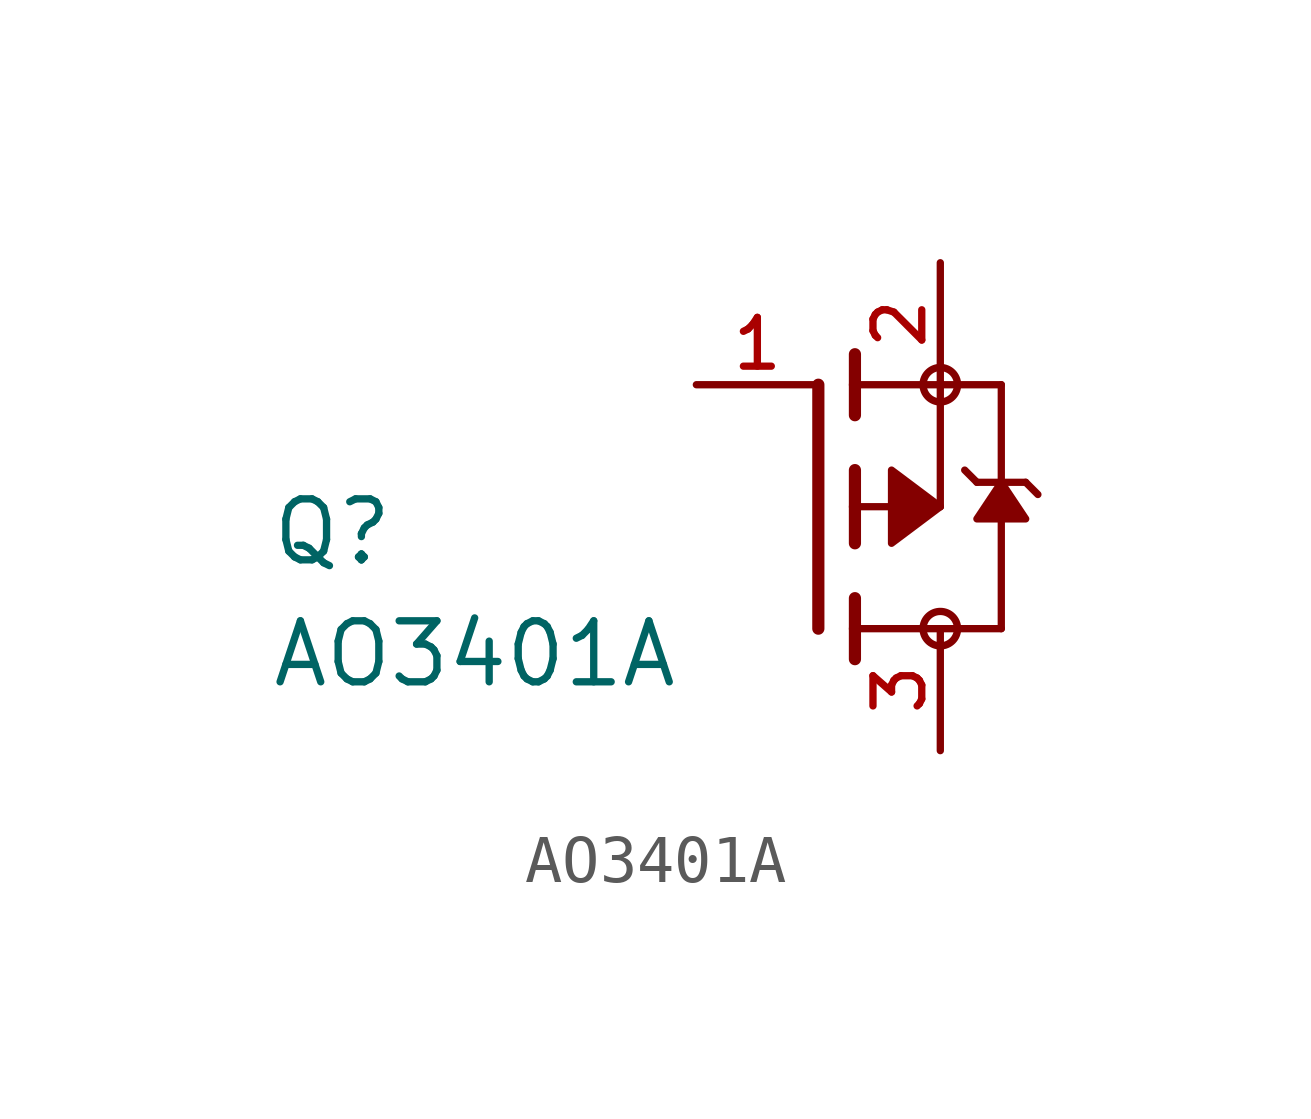
<source format=kicad_sym>
(kicad_symbol_lib
  (version 20211014)
  (generator kicad_symbol_editor)
  (symbol "AO3401A"
    (pin_names
      (offset 1.016))
    (property "Reference" "Q"
      (at -13.97 -1.27 0)
      (effects (font (size 1.27 1.27)) (justify bottom left)))
    (property "Value" "AO3401A"
      (at -13.97 -3.81 0)
      (effects (font (size 1.27 1.27)) (justify bottom left)))
    (symbol "AO3401A_0_0"
      (polyline (pts (xy -1.778 -0.762) (xy -1.778 0.0)) (stroke (width 0.254)))
      (polyline (pts (xy -1.778 0.0) (xy -1.778 0.762)) (stroke (width 0.254)))
      (polyline (pts (xy -1.778 -3.175) (xy -1.778 -2.54)) (stroke (width 0.254)))
      (polyline (pts (xy -1.778 -2.54) (xy -1.778 -1.905)) (stroke (width 0.254)))
      (polyline (pts (xy -1.778 0.0) (xy 0.0 0.0)) (stroke (width 0.152)))
      (polyline (pts (xy 0.0 0.0) (xy 0.0 2.54)) (stroke (width 0.152)))
      (polyline (pts (xy -1.778 1.905) (xy -1.778 2.54)) (stroke (width 0.254)))
      (polyline (pts (xy -1.778 2.54) (xy -1.778 3.175)) (stroke (width 0.254)))
      (polyline (pts (xy -2.54 -2.54) (xy -2.54 2.54)) (stroke (width 0.254)))
      (polyline (pts (xy 0.0 2.54) (xy -1.778 2.54)) (stroke (width 0.152)))
      (polyline (pts (xy 1.27 -2.54) (xy 1.27 0.508)) (stroke (width 0.152)))
      (polyline (pts (xy 1.27 0.508) (xy 1.27 2.54)) (stroke (width 0.152)))
      (polyline (pts (xy 0.0 2.54) (xy 1.27 2.54)) (stroke (width 0.152)))
      (polyline (pts (xy -1.778 -2.54) (xy 1.27 -2.54)) (stroke (width 0.152)))
      (polyline (pts (xy 0.508 0.762) (xy 0.762 0.508)) (stroke (width 0.152)))
      (polyline (pts (xy 0.762 0.508) (xy 1.27 0.508)) (stroke (width 0.152)))
      (polyline (pts (xy 1.27 0.508) (xy 1.778 0.508)) (stroke (width 0.152)))
      (polyline (pts (xy 1.778 0.508) (xy 2.032 0.254)) (stroke (width 0.152)))
      (circle (center 0.0 2.54) (radius 0.359) (stroke (width 0.0)) (fill (type none)))
      (circle (center 0.0 -2.54) (radius 0.359) (stroke (width 0.0)) (fill (type none)))
      (polyline (pts (xy 1.27 0.508) (xy 1.778 -0.254) (xy 0.762 -0.254) (xy 1.27 0.508)) (stroke (width 0.152)) (fill (type outline)))
      (polyline (pts (xy 0.0 0.0) (xy -1.016 0.762) (xy -1.016 -0.762) (xy 0.0 0.0)) (stroke (width 0.152)) (fill (type outline)))
      (pin passive line (at 0.0 5.08 270.0) (length 2.54) (name "~" (effects (font (size 1.016 1.016)))) (number "2" (effects (font (size 1.016 1.016)))))
      (pin passive line (at -5.08 2.54 0) (length 2.54) (name "~" (effects (font (size 1.016 1.016)))) (number "1" (effects (font (size 1.016 1.016)))))
      (pin passive line (at 0.0 -5.08 90.0) (length 2.54) (name "~" (effects (font (size 1.016 1.016)))) (number "3" (effects (font (size 1.016 1.016))))))))
</source>
